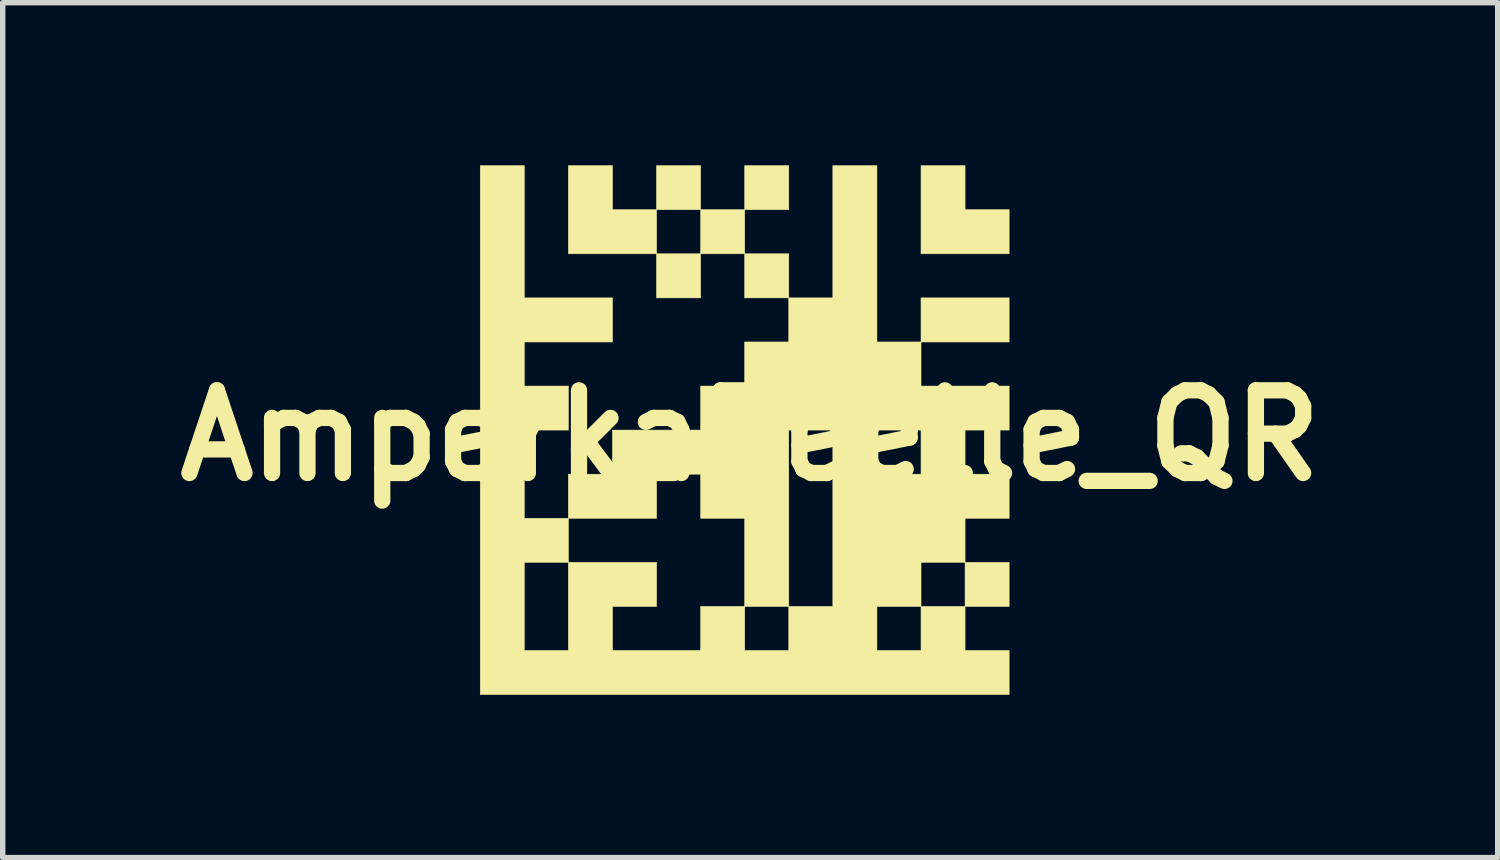
<source format=kicad_pcb>
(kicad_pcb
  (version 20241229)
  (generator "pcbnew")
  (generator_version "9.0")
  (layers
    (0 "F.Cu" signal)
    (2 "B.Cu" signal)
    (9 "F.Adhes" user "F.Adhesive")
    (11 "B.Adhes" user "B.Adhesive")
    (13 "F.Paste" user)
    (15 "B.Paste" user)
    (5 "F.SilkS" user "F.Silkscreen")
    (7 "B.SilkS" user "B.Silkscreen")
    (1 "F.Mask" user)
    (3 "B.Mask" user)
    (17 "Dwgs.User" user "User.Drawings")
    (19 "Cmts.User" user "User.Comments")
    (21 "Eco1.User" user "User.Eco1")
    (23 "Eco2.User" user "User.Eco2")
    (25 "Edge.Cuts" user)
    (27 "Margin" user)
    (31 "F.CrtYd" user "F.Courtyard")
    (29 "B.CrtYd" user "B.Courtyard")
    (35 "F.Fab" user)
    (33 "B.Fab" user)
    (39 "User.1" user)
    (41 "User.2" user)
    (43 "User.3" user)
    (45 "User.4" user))
  (footprint "AmperkaBeetle_QR"
    (layer "F.Cu")
    (at 10.784 4.983)
    (property "Reference" "AmperkaBeetle_QR" (at 0 0 0) (layer "F.SilkS") (effects (font (size 1.524 1.524) (thickness 0.3))))
    (attr through_hole)
    (fp_poly (pts (xy -0.102 -4.978) (xy 0.711 -4.978) (xy 0.711 -4.166) (xy -0.102 -4.166) (xy -0.102 -4.978)) (stroke (width 0.01) (type solid)) (fill yes) (layer "F.SilkS"))
    (fp_poly (pts (xy -0.102 -2.54) (xy -0.102 -3.353) (xy 0.711 -3.353) (xy 0.711 -2.54) (xy -0.102 -2.54)) (stroke (width 0.01) (type solid)) (fill yes) (layer "F.SilkS"))
    (fp_poly (pts (xy 3.15 -2.54) (xy 4.775 -2.54) (xy 4.775 -1.727) (xy 3.15 -1.727) (xy 3.15 -2.54)) (stroke (width 0.01) (type solid)) (fill yes) (layer "F.SilkS"))
    (fp_poly (pts (xy 3.962 2.337) (xy 4.775 2.337) (xy 4.775 3.15) (xy 3.962 3.15) (xy 3.962 2.337)) (stroke (width 0.01) (type solid)) (fill yes) (layer "F.SilkS"))
    (fp_poly (pts (xy 3.962 -4.166) (xy 4.775 -4.166) (xy 4.775 -3.353) (xy 3.15 -3.353) (xy 3.15 -4.978) (xy 3.962 -4.978) (xy 3.962 -4.166)) (stroke (width 0.01) (type solid)) (fill yes) (layer "F.SilkS"))
    (fp_poly (pts (xy -0.102 -3.353) (xy -0.914 -3.353) (xy -0.914 -2.54) (xy -1.727 -2.54) (xy -1.727 -3.353) (xy -3.353 -3.353) (xy -3.353 -4.978) (xy -2.54 -4.978) (xy -2.54 -4.166) (xy -1.727 -4.166) (xy -1.727 -3.353) (xy -0.914 -3.353) (xy -0.914 -4.166) (xy -1.727 -4.166) (xy -1.727 -4.978) (xy -0.914 -4.978) (xy -0.914 -4.166) (xy -0.102 -4.166) (xy -0.102 -3.353)) (stroke (width 0.01) (type solid)) (fill yes) (layer "F.SilkS"))
    (fp_poly (pts (xy 1.524 -2.54) (xy 1.524 -4.978) (xy 2.337 -4.978) (xy 2.337 -1.727) (xy 3.15 -1.727) (xy 3.15 -0.914) (xy 4.775 -0.914) (xy 4.775 -0.102) (xy 3.962 -0.102) (xy 3.962 0.711) (xy 4.775 0.711) (xy 4.775 1.524) (xy 3.962 1.524) (xy 3.962 2.337) (xy 3.15 2.337) (xy 3.15 3.15) (xy 3.962 3.15) (xy 3.962 3.962) (xy 4.775 3.962) (xy 4.775 4.775) (xy -4.978 4.775) (xy -4.978 2.337) (xy -4.166 2.337) (xy -4.166 3.962) (xy -3.353 3.962) (xy -3.353 2.337) (xy -4.166 2.337) (xy -4.978 2.337) (xy -4.978 -4.978) (xy -4.166 -4.978) (xy -4.166 -2.54) (xy -2.54 -2.54) (xy -2.54 -1.727) (xy -4.166 -1.727) (xy -4.166 -0.914) (xy -3.353 -0.914) (xy -3.353 -0.102) (xy -4.166 -0.102) (xy -4.166 1.524) (xy -3.353 1.524) (xy -3.353 2.337) (xy -1.727 2.337) (xy -1.727 3.15) (xy -2.54 3.15) (xy -2.54 3.962) (xy -0.914 3.962) (xy -0.102 3.962) (xy 0.711 3.962) (xy 0.711 3.15) (xy -0.102 3.15) (xy -0.102 3.962) (xy -0.914 3.962) (xy -0.914 3.15) (xy -0.102 3.15) (xy -0.102 1.524) (xy -0.914 1.524) (xy -0.914 0.711) (xy -1.727 0.711) (xy -1.727 1.524) (xy -3.353 1.524) (xy -3.353 0.711) (xy -2.54 0.711) (xy -2.54 -0.102) (xy -0.914 -0.102) (xy 0.711 -0.102) (xy 0.711 3.15) (xy 1.524 3.15) (xy 2.337 3.15) (xy 2.337 3.962) (xy 3.15 3.962) (xy 3.15 3.15) (xy 2.337 3.15) (xy 1.524 3.15) (xy 1.524 -0.102) (xy 2.337 -0.102) (xy 2.337 0.711) (xy 3.15 0.711) (xy 3.15 -0.102) (xy 2.337 -0.102) (xy 1.524 -0.102) (xy 0.711 -0.102) (xy -0.914 -0.102) (xy -0.914 -0.914) (xy -0.102 -0.914) (xy -0.102 -1.727) (xy 0.711 -1.727) (xy 0.711 -2.54) (xy 1.524 -2.54)) (stroke (width 0.01) (type solid)) (fill yes) (layer "F.SilkS")))
  (gr_rect
    (start -3 -3)
    (end 24.568 12.764)
    (stroke (width 0.1) (type default))
    (fill no)
    (layer "Edge.Cuts")))
</source>
